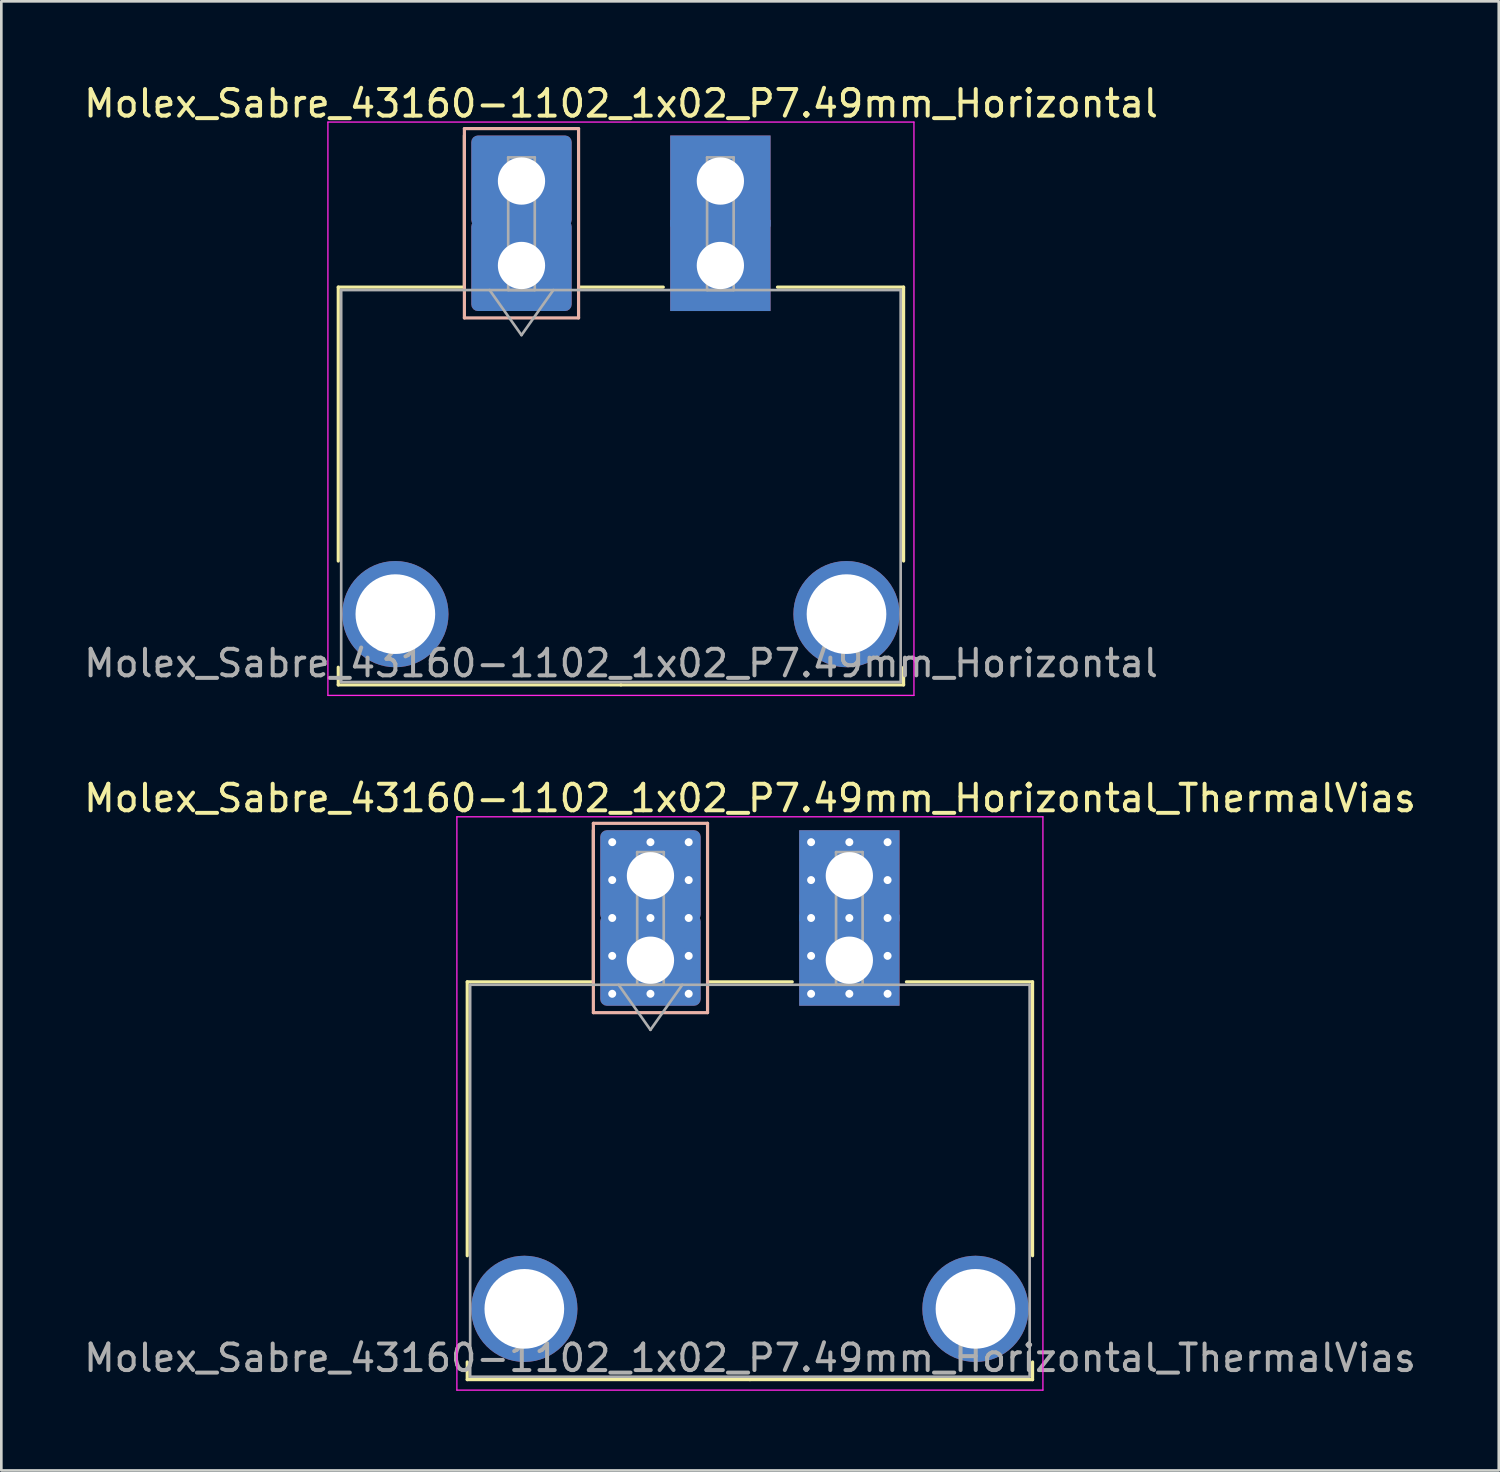
<source format=kicad_pcb>
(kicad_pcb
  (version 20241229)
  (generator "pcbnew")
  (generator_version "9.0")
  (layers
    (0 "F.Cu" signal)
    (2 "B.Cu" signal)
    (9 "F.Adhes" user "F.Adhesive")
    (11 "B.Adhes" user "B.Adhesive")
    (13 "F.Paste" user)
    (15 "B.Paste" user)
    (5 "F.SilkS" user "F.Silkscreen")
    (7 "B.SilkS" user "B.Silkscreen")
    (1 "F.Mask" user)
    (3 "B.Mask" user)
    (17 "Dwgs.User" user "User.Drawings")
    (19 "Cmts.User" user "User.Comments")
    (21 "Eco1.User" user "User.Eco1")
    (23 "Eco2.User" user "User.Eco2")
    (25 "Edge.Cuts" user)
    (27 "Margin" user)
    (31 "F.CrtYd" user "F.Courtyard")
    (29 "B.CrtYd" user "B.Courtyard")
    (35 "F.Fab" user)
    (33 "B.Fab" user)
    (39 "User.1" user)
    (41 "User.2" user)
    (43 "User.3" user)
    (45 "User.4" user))
  (footprint "Molex_Sabre_43160-1102_1x02_P7.49mm_Horizontal_ThermalVias"
    (layer "F.Cu")
    (at 21.446 33.111)
    (property "Reference" "Molex_Sabre_43160-1102_1x02_P7.49mm_Horizontal_ThermalVias" (at 3.75 -6.1 0) (layer "F.SilkS") (effects (font (size 1 1) (thickness 0.15))))
    (attr through_hole)
    (fp_line (start -6.9 0.815) (end -6.9 11.13) (stroke (width 0.12) (type solid)) (layer "F.SilkS"))
    (fp_line (start -6.9 15.13) (end -6.9 15.795) (stroke (width 0.12) (type solid)) (layer "F.SilkS"))
    (fp_line (start -6.9 15.795) (end 3.745 15.795) (stroke (width 0.12) (type solid)) (layer "F.SilkS"))
    (fp_line (start -2.15 0.815) (end -6.9 0.815) (stroke (width 0.12) (type solid)) (layer "F.SilkS"))
    (fp_line (start -2.15 0.815) (end -2.15 -4.895) (stroke (width 0.12) (type solid)) (layer "F.SilkS"))
    (fp_line (start 2.15 0.815) (end 5.34 0.815) (stroke (width 0.12) (type solid)) (layer "F.SilkS"))
    (fp_line (start 9.64 0.815) (end 14.39 0.815) (stroke (width 0.12) (type solid)) (layer "F.SilkS"))
    (fp_line (start 14.39 0.815) (end 14.39 11.13) (stroke (width 0.12) (type solid)) (layer "F.SilkS"))
    (fp_line (start 14.39 15.13) (end 14.39 15.795) (stroke (width 0.12) (type solid)) (layer "F.SilkS"))
    (fp_line (start 14.39 15.795) (end 3.745 15.795) (stroke (width 0.12) (type solid)) (layer "F.SilkS"))
    (fp_line (start -2.15 -5.155) (end -2.15 1.975) (stroke (width 0.12) (type solid)) (layer "B.SilkS"))
    (fp_line (start -2.15 1.975) (end 2.15 1.975) (stroke (width 0.12) (type solid)) (layer "B.SilkS"))
    (fp_line (start 2.15 -5.155) (end -2.15 -5.155) (stroke (width 0.12) (type solid)) (layer "B.SilkS"))
    (fp_line (start 2.15 1.975) (end 2.15 -5.155) (stroke (width 0.12) (type solid)) (layer "B.SilkS"))
    (fp_line (start -7.29 -5.4) (end -7.29 16.19) (stroke (width 0.05) (type solid)) (layer "F.CrtYd"))
    (fp_line (start -7.29 16.19) (end 14.78 16.19) (stroke (width 0.05) (type solid)) (layer "F.CrtYd"))
    (fp_line (start 14.78 -5.4) (end -7.29 -5.4) (stroke (width 0.05) (type solid)) (layer "F.CrtYd"))
    (fp_line (start 14.78 16.19) (end 14.78 -5.4) (stroke (width 0.05) (type solid)) (layer "F.CrtYd"))
    (fp_line (start -6.79 0.925) (end -6.79 15.685) (stroke (width 0.1) (type solid)) (layer "F.Fab"))
    (fp_line (start -6.79 15.685) (end 14.28 15.685) (stroke (width 0.1) (type solid)) (layer "F.Fab"))
    (fp_line (start -1.2 0.925) (end 0 2.622) (stroke (width 0.1) (type solid)) (layer "F.Fab"))
    (fp_line (start -0.5 -4.07) (end 0.5 -4.07) (stroke (width 0.1) (type solid)) (layer "F.Fab"))
    (fp_line (start -0.5 0.925) (end -0.5 -4.07) (stroke (width 0.1) (type solid)) (layer "F.Fab"))
    (fp_line (start 0 2.622) (end 1.2 0.925) (stroke (width 0.1) (type solid)) (layer "F.Fab"))
    (fp_line (start 0.5 -4.07) (end 0.5 0.925) (stroke (width 0.1) (type solid)) (layer "F.Fab"))
    (fp_line (start 0.5 0.925) (end -0.5 0.925) (stroke (width 0.1) (type solid)) (layer "F.Fab"))
    (fp_line (start 6.99 -4.07) (end 7.99 -4.07) (stroke (width 0.1) (type solid)) (layer "F.Fab"))
    (fp_line (start 6.99 0.925) (end 6.99 -4.07) (stroke (width 0.1) (type solid)) (layer "F.Fab"))
    (fp_line (start 7.99 -4.07) (end 7.99 0.925) (stroke (width 0.1) (type solid)) (layer "F.Fab"))
    (fp_line (start 7.99 0.925) (end 6.99 0.925) (stroke (width 0.1) (type solid)) (layer "F.Fab"))
    (fp_line (start 14.28 0.925) (end -6.79 0.925) (stroke (width 0.1) (type solid)) (layer "F.Fab"))
    (fp_line (start 14.28 15.685) (end 14.28 0.925) (stroke (width 0.1) (type solid)) (layer "F.Fab"))
    (fp_text user "${REFERENCE}" (at 3.75 14.98 0) (layer "F.Fab") (effects (font (size 1 1) (thickness 0.15))))
    (pad "" thru_hole circle (at -4.75 13.13) (size 4 4) (drill 3) (layers "*.Cu" "*.Mask"))
    (pad "" thru_hole circle (at 12.24 13.13) (size 4 4) (drill 3) (layers "*.Cu" "*.Mask"))
    (pad "1" thru_hole roundrect (at -1.44 -4.445) (size 0.6 0.6) (drill 0.3) (layers "*.Cu" "*.Mask") (roundrect_rratio 0.25))
    (pad "1" thru_hole roundrect (at -1.44 -3.018) (size 0.6 0.6) (drill 0.3) (layers "*.Cu" "*.Mask") (roundrect_rratio 0.25))
    (pad "1" thru_hole roundrect (at -1.44 -1.59) (size 0.6 0.6) (drill 0.3) (layers "*.Cu" "*.Mask") (roundrect_rratio 0.25))
    (pad "1" thru_hole roundrect (at -1.44 -0.163) (size 0.6 0.6) (drill 0.3) (layers "*.Cu" "*.Mask") (roundrect_rratio 0.25))
    (pad "1" thru_hole roundrect (at -1.44 1.265) (size 0.6 0.6) (drill 0.3) (layers "*.Cu" "*.Mask") (roundrect_rratio 0.25))
    (pad "1" thru_hole roundrect (at 0 -4.445) (size 0.6 0.6) (drill 0.3) (layers "*.Cu" "*.Mask") (roundrect_rratio 0.25))
    (pad "1" thru_hole roundrect (at 0 -3.18) (size 3.78 3.43) (drill 1.78) (layers "*.Cu" "*.Mask") (roundrect_rratio 0.073))
    (pad "1" thru_hole roundrect (at 0 -1.59) (size 0.6 0.6) (drill 0.3) (layers "*.Cu" "*.Mask") (roundrect_rratio 0.25))
    (pad "1" thru_hole roundrect (at 0 0) (size 3.78 3.43) (drill 1.78) (layers "*.Cu" "*.Mask") (roundrect_rratio 0.073))
    (pad "1" thru_hole roundrect (at 0 1.265) (size 0.6 0.6) (drill 0.3) (layers "*.Cu" "*.Mask") (roundrect_rratio 0.25))
    (pad "1" thru_hole roundrect (at 1.44 -4.445) (size 0.6 0.6) (drill 0.3) (layers "*.Cu" "*.Mask") (roundrect_rratio 0.25))
    (pad "1" thru_hole roundrect (at 1.44 -3.018) (size 0.6 0.6) (drill 0.3) (layers "*.Cu" "*.Mask") (roundrect_rratio 0.25))
    (pad "1" thru_hole roundrect (at 1.44 -1.59) (size 0.6 0.6) (drill 0.3) (layers "*.Cu" "*.Mask") (roundrect_rratio 0.25))
    (pad "1" thru_hole roundrect (at 1.44 -0.163) (size 0.6 0.6) (drill 0.3) (layers "*.Cu" "*.Mask") (roundrect_rratio 0.25))
    (pad "1" thru_hole roundrect (at 1.44 1.265) (size 0.6 0.6) (drill 0.3) (layers "*.Cu" "*.Mask") (roundrect_rratio 0.25))
    (pad "2" thru_hole circle (at 6.05 -4.445) (size 0.6 0.6) (drill 0.3) (layers "*.Cu" "*.Mask"))
    (pad "2" thru_hole circle (at 6.05 -3.018) (size 0.6 0.6) (drill 0.3) (layers "*.Cu" "*.Mask"))
    (pad "2" thru_hole circle (at 6.05 -1.59) (size 0.6 0.6) (drill 0.3) (layers "*.Cu" "*.Mask"))
    (pad "2" thru_hole circle (at 6.05 -0.163) (size 0.6 0.6) (drill 0.3) (layers "*.Cu" "*.Mask"))
    (pad "2" thru_hole circle (at 6.05 1.265) (size 0.6 0.6) (drill 0.3) (layers "*.Cu" "*.Mask"))
    (pad "2" thru_hole circle (at 7.49 -4.445) (size 0.6 0.6) (drill 0.3) (layers "*.Cu" "*.Mask"))
    (pad "2" thru_hole rect (at 7.49 -3.18) (size 3.78 3.43) (drill 1.78) (layers "*.Cu" "*.Mask"))
    (pad "2" thru_hole circle (at 7.49 -1.59) (size 0.6 0.6) (drill 0.3) (layers "*.Cu" "*.Mask"))
    (pad "2" thru_hole rect (at 7.49 0) (size 3.78 3.43) (drill 1.78) (layers "*.Cu" "*.Mask"))
    (pad "2" thru_hole circle (at 7.49 1.265) (size 0.6 0.6) (drill 0.3) (layers "*.Cu" "*.Mask"))
    (pad "2" thru_hole circle (at 8.93 -4.445) (size 0.6 0.6) (drill 0.3) (layers "*.Cu" "*.Mask"))
    (pad "2" thru_hole circle (at 8.93 -3.018) (size 0.6 0.6) (drill 0.3) (layers "*.Cu" "*.Mask"))
    (pad "2" thru_hole circle (at 8.93 -1.59) (size 0.6 0.6) (drill 0.3) (layers "*.Cu" "*.Mask"))
    (pad "2" thru_hole circle (at 8.93 -0.163) (size 0.6 0.6) (drill 0.3) (layers "*.Cu" "*.Mask"))
    (pad "2" thru_hole circle (at 8.93 1.265) (size 0.6 0.6) (drill 0.3) (layers "*.Cu" "*.Mask")))
  (footprint "Molex_Sabre_43160-1102_1x02_P7.49mm_Horizontal"
    (layer "F.Cu")
    (at 16.589 6.948)
    (property "Reference" "Molex_Sabre_43160-1102_1x02_P7.49mm_Horizontal" (at 3.75 -6.1 0) (layer "F.SilkS") (effects (font (size 1 1) (thickness 0.15))))
    (attr through_hole)
    (fp_line (start -6.9 0.815) (end -6.9 11.13) (stroke (width 0.12) (type solid)) (layer "F.SilkS"))
    (fp_line (start -6.9 15.13) (end -6.9 15.795) (stroke (width 0.12) (type solid)) (layer "F.SilkS"))
    (fp_line (start -6.9 15.795) (end 3.745 15.795) (stroke (width 0.12) (type solid)) (layer "F.SilkS"))
    (fp_line (start -2.15 0.815) (end -6.9 0.815) (stroke (width 0.12) (type solid)) (layer "F.SilkS"))
    (fp_line (start -2.15 0.815) (end -2.15 -4.895) (stroke (width 0.12) (type solid)) (layer "F.SilkS"))
    (fp_line (start 2.15 0.815) (end 5.34 0.815) (stroke (width 0.12) (type solid)) (layer "F.SilkS"))
    (fp_line (start 9.64 0.815) (end 14.39 0.815) (stroke (width 0.12) (type solid)) (layer "F.SilkS"))
    (fp_line (start 14.39 0.815) (end 14.39 11.13) (stroke (width 0.12) (type solid)) (layer "F.SilkS"))
    (fp_line (start 14.39 15.13) (end 14.39 15.795) (stroke (width 0.12) (type solid)) (layer "F.SilkS"))
    (fp_line (start 14.39 15.795) (end 3.745 15.795) (stroke (width 0.12) (type solid)) (layer "F.SilkS"))
    (fp_line (start -2.15 -5.155) (end -2.15 1.975) (stroke (width 0.12) (type solid)) (layer "B.SilkS"))
    (fp_line (start -2.15 1.975) (end 2.15 1.975) (stroke (width 0.12) (type solid)) (layer "B.SilkS"))
    (fp_line (start 2.15 -5.155) (end -2.15 -5.155) (stroke (width 0.12) (type solid)) (layer "B.SilkS"))
    (fp_line (start 2.15 1.975) (end 2.15 -5.155) (stroke (width 0.12) (type solid)) (layer "B.SilkS"))
    (fp_line (start -7.29 -5.4) (end -7.29 16.19) (stroke (width 0.05) (type solid)) (layer "F.CrtYd"))
    (fp_line (start -7.29 16.19) (end 14.78 16.19) (stroke (width 0.05) (type solid)) (layer "F.CrtYd"))
    (fp_line (start 14.78 -5.4) (end -7.29 -5.4) (stroke (width 0.05) (type solid)) (layer "F.CrtYd"))
    (fp_line (start 14.78 16.19) (end 14.78 -5.4) (stroke (width 0.05) (type solid)) (layer "F.CrtYd"))
    (fp_line (start -6.79 0.925) (end -6.79 15.685) (stroke (width 0.1) (type solid)) (layer "F.Fab"))
    (fp_line (start -6.79 15.685) (end 14.28 15.685) (stroke (width 0.1) (type solid)) (layer "F.Fab"))
    (fp_line (start -1.2 0.925) (end 0 2.622) (stroke (width 0.1) (type solid)) (layer "F.Fab"))
    (fp_line (start -0.5 -4.07) (end 0.5 -4.07) (stroke (width 0.1) (type solid)) (layer "F.Fab"))
    (fp_line (start -0.5 0.925) (end -0.5 -4.07) (stroke (width 0.1) (type solid)) (layer "F.Fab"))
    (fp_line (start 0 2.622) (end 1.2 0.925) (stroke (width 0.1) (type solid)) (layer "F.Fab"))
    (fp_line (start 0.5 -4.07) (end 0.5 0.925) (stroke (width 0.1) (type solid)) (layer "F.Fab"))
    (fp_line (start 0.5 0.925) (end -0.5 0.925) (stroke (width 0.1) (type solid)) (layer "F.Fab"))
    (fp_line (start 6.99 -4.07) (end 7.99 -4.07) (stroke (width 0.1) (type solid)) (layer "F.Fab"))
    (fp_line (start 6.99 0.925) (end 6.99 -4.07) (stroke (width 0.1) (type solid)) (layer "F.Fab"))
    (fp_line (start 7.99 -4.07) (end 7.99 0.925) (stroke (width 0.1) (type solid)) (layer "F.Fab"))
    (fp_line (start 7.99 0.925) (end 6.99 0.925) (stroke (width 0.1) (type solid)) (layer "F.Fab"))
    (fp_line (start 14.28 0.925) (end -6.79 0.925) (stroke (width 0.1) (type solid)) (layer "F.Fab"))
    (fp_line (start 14.28 15.685) (end 14.28 0.925) (stroke (width 0.1) (type solid)) (layer "F.Fab"))
    (fp_text user "${REFERENCE}" (at 3.75 14.98 0) (layer "F.Fab") (effects (font (size 1 1) (thickness 0.15))))
    (pad "" thru_hole circle (at -4.75 13.13) (size 4 4) (drill 3) (layers "*.Cu" "*.Mask"))
    (pad "" thru_hole circle (at 12.24 13.13) (size 4 4) (drill 3) (layers "*.Cu" "*.Mask"))
    (pad "1" thru_hole roundrect (at 0 -3.18) (size 3.78 3.43) (drill 1.78) (layers "*.Cu" "*.Mask") (roundrect_rratio 0.073))
    (pad "1" thru_hole roundrect (at 0 0) (size 3.78 3.43) (drill 1.78) (layers "*.Cu" "*.Mask") (roundrect_rratio 0.073))
    (pad "2" thru_hole rect (at 7.49 -3.18) (size 3.78 3.43) (drill 1.78) (layers "*.Cu" "*.Mask"))
    (pad "2" thru_hole rect (at 7.49 0) (size 3.78 3.43) (drill 1.78) (layers "*.Cu" "*.Mask")))
  (gr_rect
    (start -3 -3)
    (end 53.393 52.327)
    (stroke (width 0.1) (type default))
    (fill no)
    (layer "Edge.Cuts")))
</source>
